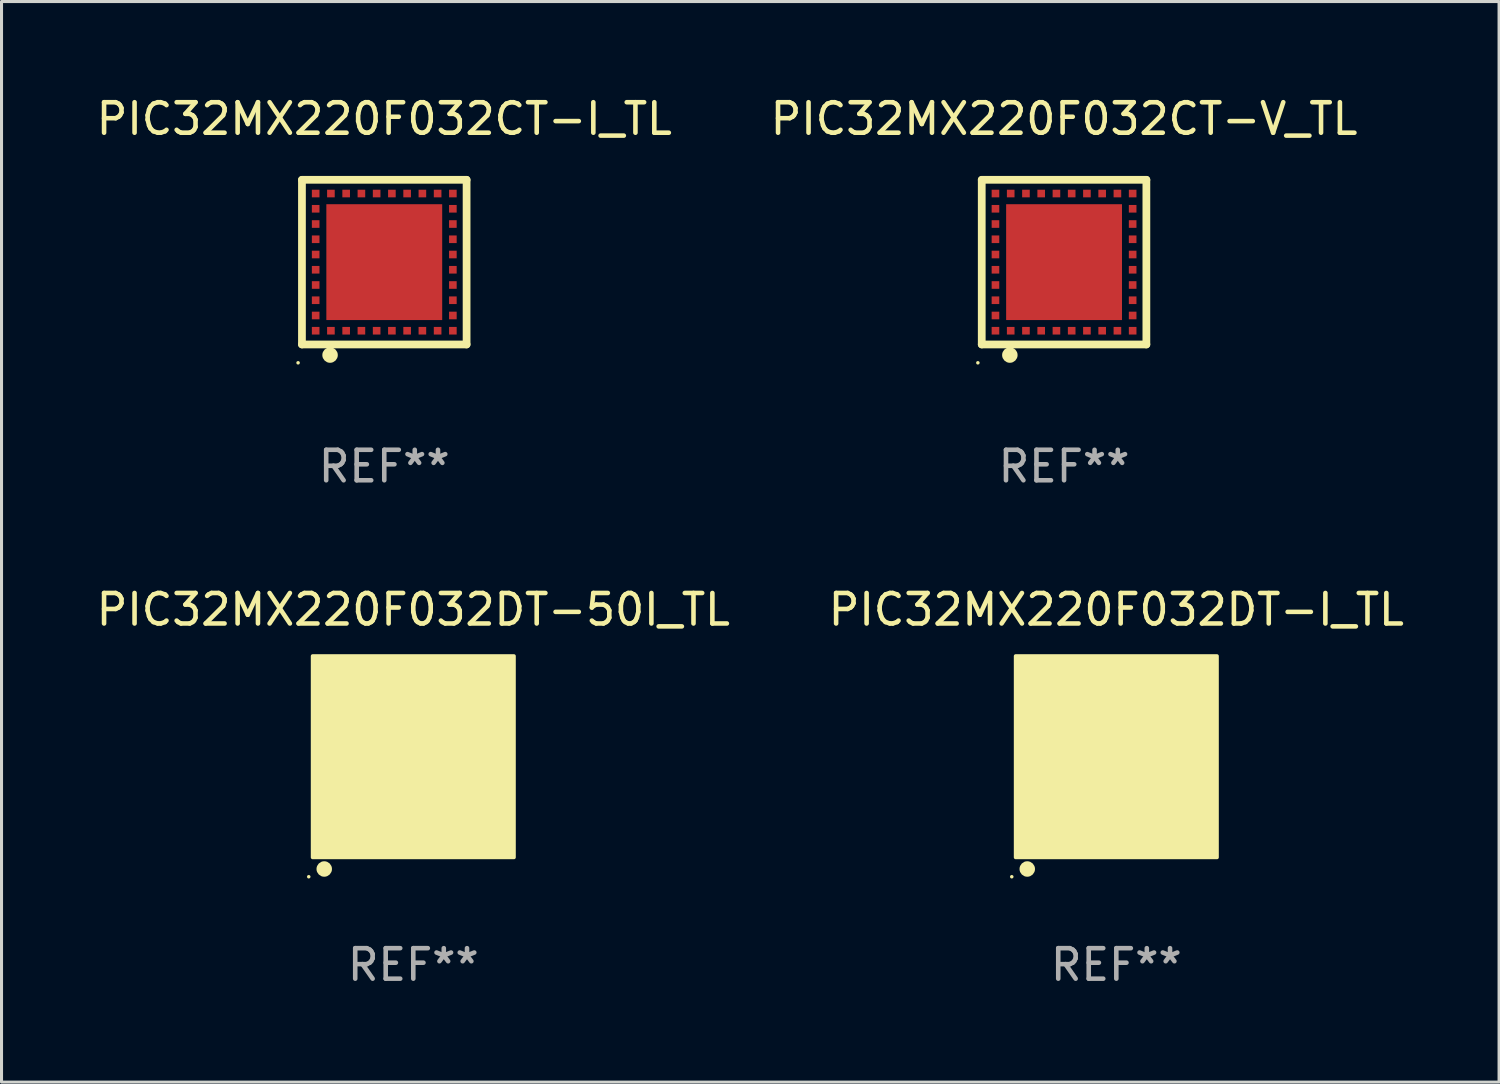
<source format=kicad_pcb>
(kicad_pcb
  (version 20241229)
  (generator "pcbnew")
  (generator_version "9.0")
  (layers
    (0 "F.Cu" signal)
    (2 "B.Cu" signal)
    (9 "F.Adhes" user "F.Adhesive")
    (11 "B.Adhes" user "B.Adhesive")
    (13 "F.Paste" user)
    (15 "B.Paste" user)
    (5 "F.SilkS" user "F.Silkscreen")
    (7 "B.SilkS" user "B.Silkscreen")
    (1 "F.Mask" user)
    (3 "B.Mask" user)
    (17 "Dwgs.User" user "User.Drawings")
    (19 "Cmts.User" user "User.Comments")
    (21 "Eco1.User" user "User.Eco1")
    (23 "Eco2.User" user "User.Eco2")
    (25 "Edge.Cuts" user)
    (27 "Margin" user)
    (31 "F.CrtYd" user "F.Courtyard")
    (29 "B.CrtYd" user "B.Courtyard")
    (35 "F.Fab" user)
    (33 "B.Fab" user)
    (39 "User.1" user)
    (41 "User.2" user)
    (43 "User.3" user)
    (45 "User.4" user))
  (footprint "PIC32MX220F032CT-V_TL"
    (layer "F.Cu")
    (at 31.851 5.548)
    (property "Reference" "PIC32MX220F032CT-V_TL" (at 0 -4.7 0) (layer "F.SilkS") (effects (font (size 1 1) (thickness 0.15))))
    (attr through_hole)
    (fp_line (start -2.7 -2.7) (end 2.7 -2.7) (stroke (width 0.254) (type solid)) (layer "F.SilkS"))
    (fp_line (start -2.7 2.7) (end -2.7 -2.7) (stroke (width 0.254) (type solid)) (layer "F.SilkS"))
    (fp_line (start 2.7 -2.7) (end 2.7 2.7) (stroke (width 0.254) (type solid)) (layer "F.SilkS"))
    (fp_line (start 2.7 2.7) (end -2.7 2.7) (stroke (width 0.254) (type solid)) (layer "F.SilkS"))
    (fp_circle (center -2.827 3.302) (end -2.797 3.302) (stroke (width 0.06) (type solid)) (fill no) (layer "F.SilkS"))
    (fp_circle (center -1.778 3.048) (end -1.651 3.048) (stroke (width 0.254) (type solid)) (fill no) (layer "F.SilkS"))
    (fp_text user "REF**" (at 0 6.7 0) (layer "F.Fab") (effects (font (size 1 1) (thickness 0.15))))
    (pad "1" smd rect (at -1.75 2.25) (size 0.25 0.25) (layers "F.Cu" "F.Mask" "F.Paste"))
    (pad "2" smd rect (at -1.25 2.25) (size 0.25 0.25) (layers "F.Cu" "F.Mask" "F.Paste"))
    (pad "3" smd rect (at -0.75 2.25) (size 0.25 0.25) (layers "F.Cu" "F.Mask" "F.Paste"))
    (pad "4" smd rect (at -0.25 2.25) (size 0.25 0.25) (layers "F.Cu" "F.Mask" "F.Paste"))
    (pad "5" smd rect (at 0.25 2.25) (size 0.25 0.25) (layers "F.Cu" "F.Mask" "F.Paste"))
    (pad "6" smd rect (at 0.75 2.25) (size 0.25 0.25) (layers "F.Cu" "F.Mask" "F.Paste"))
    (pad "7" smd rect (at 1.25 2.25) (size 0.25 0.25) (layers "F.Cu" "F.Mask" "F.Paste"))
    (pad "8" smd rect (at 1.75 2.25) (size 0.25 0.25) (layers "F.Cu" "F.Mask" "F.Paste"))
    (pad "9" smd rect (at 2.25 2.25) (size 0.25 0.25) (layers "F.Cu" "F.Mask" "F.Paste"))
    (pad "10" smd rect (at 2.25 1.75) (size 0.25 0.25) (layers "F.Cu" "F.Mask" "F.Paste"))
    (pad "11" smd rect (at 2.25 1.25) (size 0.25 0.25) (layers "F.Cu" "F.Mask" "F.Paste"))
    (pad "12" smd rect (at 2.25 0.75) (size 0.25 0.25) (layers "F.Cu" "F.Mask" "F.Paste"))
    (pad "13" smd rect (at 2.25 0.25) (size 0.25 0.25) (layers "F.Cu" "F.Mask" "F.Paste"))
    (pad "14" smd rect (at 2.25 -0.25) (size 0.25 0.25) (layers "F.Cu" "F.Mask" "F.Paste"))
    (pad "15" smd rect (at 2.25 -0.75) (size 0.25 0.25) (layers "F.Cu" "F.Mask" "F.Paste"))
    (pad "16" smd rect (at 2.25 -1.25) (size 0.25 0.25) (layers "F.Cu" "F.Mask" "F.Paste"))
    (pad "17" smd rect (at 2.25 -1.75) (size 0.25 0.25) (layers "F.Cu" "F.Mask" "F.Paste"))
    (pad "18" smd rect (at 2.25 -2.25) (size 0.25 0.25) (layers "F.Cu" "F.Mask" "F.Paste"))
    (pad "19" smd rect (at 1.75 -2.25) (size 0.25 0.25) (layers "F.Cu" "F.Mask" "F.Paste"))
    (pad "20" smd rect (at 1.25 -2.25) (size 0.25 0.25) (layers "F.Cu" "F.Mask" "F.Paste"))
    (pad "21" smd rect (at 0.75 -2.25) (size 0.25 0.25) (layers "F.Cu" "F.Mask" "F.Paste"))
    (pad "22" smd rect (at 0.25 -2.25) (size 0.25 0.25) (layers "F.Cu" "F.Mask" "F.Paste"))
    (pad "23" smd rect (at -0.25 -2.25) (size 0.25 0.25) (layers "F.Cu" "F.Mask" "F.Paste"))
    (pad "24" smd rect (at -0.75 -2.25) (size 0.25 0.25) (layers "F.Cu" "F.Mask" "F.Paste"))
    (pad "25" smd rect (at -1.25 -2.25) (size 0.25 0.25) (layers "F.Cu" "F.Mask" "F.Paste"))
    (pad "26" smd rect (at -1.75 -2.25) (size 0.25 0.25) (layers "F.Cu" "F.Mask" "F.Paste"))
    (pad "27" smd rect (at -2.25 -2.25) (size 0.25 0.25) (layers "F.Cu" "F.Mask" "F.Paste"))
    (pad "28" smd rect (at -2.25 -1.75) (size 0.25 0.25) (layers "F.Cu" "F.Mask" "F.Paste"))
    (pad "29" smd rect (at -2.25 -1.25) (size 0.25 0.25) (layers "F.Cu" "F.Mask" "F.Paste"))
    (pad "30" smd rect (at -2.25 -0.75) (size 0.25 0.25) (layers "F.Cu" "F.Mask" "F.Paste"))
    (pad "31" smd rect (at -2.25 -0.25) (size 0.25 0.25) (layers "F.Cu" "F.Mask" "F.Paste"))
    (pad "32" smd rect (at -2.25 0.25) (size 0.25 0.25) (layers "F.Cu" "F.Mask" "F.Paste"))
    (pad "33" smd rect (at -2.25 0.75) (size 0.25 0.25) (layers "F.Cu" "F.Mask" "F.Paste"))
    (pad "34" smd rect (at -2.25 1.25) (size 0.25 0.25) (layers "F.Cu" "F.Mask" "F.Paste"))
    (pad "35" smd rect (at -2.25 1.75) (size 0.25 0.25) (layers "F.Cu" "F.Mask" "F.Paste"))
    (pad "36" smd rect (at -2.25 2.25) (size 0.25 0.25) (layers "F.Cu" "F.Mask" "F.Paste"))
    (pad "37" smd rect (at 0.000127 -0.000076) (size 3.8 3.8) (layers "F.Cu" "F.Mask" "F.Paste")))
  (footprint "PIC32MX220F032DT-I_TL"
    (layer "F.Cu")
    (at 33.565 21.77)
    (property "Reference" "PIC32MX220F032DT-I_TL" (at 0 -4.825 0) (layer "F.SilkS") (effects (font (size 1 1) (thickness 0.15))))
    (attr through_hole)
    (fp_circle (center -3.429 3.937) (end -3.399 3.937) (stroke (width 0.06) (type solid)) (fill no) (layer "F.SilkS"))
    (fp_circle (center -2.921 3.683) (end -2.794 3.683) (stroke (width 0.254) (type solid)) (fill no) (layer "F.SilkS"))
    (fp_poly (pts (xy -3.302 -3.302) (xy 3.302 -3.302) (xy 3.302 3.302) (xy -3.302 3.302)) (stroke (width 0.12) (type solid)) (fill yes) (layer "F.SilkS"))
    (fp_text user "REF**" (at 0 6.825 0) (layer "F.Fab") (effects (font (size 1 1) (thickness 0.15))))
    (pad "1" smd rect (at -2.25 2.825) (size 0.3 0.45) (layers "F.Cu" "F.Mask" "F.Paste"))
    (pad "2" smd rect (at -1.75 2.825) (size 0.3 0.45) (layers "F.Cu" "F.Mask" "F.Paste"))
    (pad "3" smd rect (at -1.25 2.825) (size 0.3 0.45) (layers "F.Cu" "F.Mask" "F.Paste"))
    (pad "4" smd rect (at -0.75 2.825) (size 0.3 0.45) (layers "F.Cu" "F.Mask" "F.Paste"))
    (pad "5" smd rect (at -0.25 2.825) (size 0.3 0.45) (layers "F.Cu" "F.Mask" "F.Paste"))
    (pad "6" smd rect (at 0.25 2.825) (size 0.3 0.45) (layers "F.Cu" "F.Mask" "F.Paste"))
    (pad "7" smd rect (at 0.75 2.825) (size 0.3 0.45) (layers "F.Cu" "F.Mask" "F.Paste"))
    (pad "8" smd rect (at 1.25 2.825) (size 0.3 0.45) (layers "F.Cu" "F.Mask" "F.Paste"))
    (pad "9" smd rect (at 1.75 2.825) (size 0.3 0.45) (layers "F.Cu" "F.Mask" "F.Paste"))
    (pad "10" smd rect (at 2.25 2.825) (size 0.3 0.45) (layers "F.Cu" "F.Mask" "F.Paste"))
    (pad "11" smd rect (at 2.825 2.825 90) (size 0.45 0.45) (layers "F.Cu" "F.Mask" "F.Paste"))
    (pad "12" smd rect (at 2.825 2.25 90) (size 0.3 0.45) (layers "F.Cu" "F.Mask" "F.Paste"))
    (pad "13" smd rect (at 2.825 1.75 90) (size 0.3 0.45) (layers "F.Cu" "F.Mask" "F.Paste"))
    (pad "14" smd rect (at 2.825 1.25 90) (size 0.3 0.45) (layers "F.Cu" "F.Mask" "F.Paste"))
    (pad "15" smd rect (at 2.825 0.75 90) (size 0.3 0.45) (layers "F.Cu" "F.Mask" "F.Paste"))
    (pad "16" smd rect (at 2.825 0.25 90) (size 0.3 0.45) (layers "F.Cu" "F.Mask" "F.Paste"))
    (pad "17" smd rect (at 2.825 -0.25 90) (size 0.3 0.45) (layers "F.Cu" "F.Mask" "F.Paste"))
    (pad "18" smd rect (at 2.825 -0.75 90) (size 0.3 0.45) (layers "F.Cu" "F.Mask" "F.Paste"))
    (pad "19" smd rect (at 2.825 -1.25 90) (size 0.3 0.45) (layers "F.Cu" "F.Mask" "F.Paste"))
    (pad "20" smd rect (at 2.825 -1.75 90) (size 0.3 0.45) (layers "F.Cu" "F.Mask" "F.Paste"))
    (pad "21" smd rect (at 2.825 -2.25 90) (size 0.3 0.45) (layers "F.Cu" "F.Mask" "F.Paste"))
    (pad "22" smd rect (at 2.825 -2.825 90) (size 0.45 0.45) (layers "F.Cu" "F.Mask" "F.Paste"))
    (pad "23" smd rect (at 2.25 -2.825) (size 0.3 0.45) (layers "F.Cu" "F.Mask" "F.Paste"))
    (pad "24" smd rect (at 1.75 -2.825) (size 0.3 0.45) (layers "F.Cu" "F.Mask" "F.Paste"))
    (pad "25" smd rect (at 1.25 -2.825) (size 0.3 0.45) (layers "F.Cu" "F.Mask" "F.Paste"))
    (pad "26" smd rect (at 0.75 -2.825) (size 0.3 0.45) (layers "F.Cu" "F.Mask" "F.Paste"))
    (pad "27" smd rect (at 0.25 -2.825) (size 0.3 0.45) (layers "F.Cu" "F.Mask" "F.Paste"))
    (pad "28" smd rect (at -0.25 -2.825) (size 0.3 0.45) (layers "F.Cu" "F.Mask" "F.Paste"))
    (pad "29" smd rect (at -0.75 -2.825) (size 0.3 0.45) (layers "F.Cu" "F.Mask" "F.Paste"))
    (pad "30" smd rect (at -1.25 -2.825) (size 0.3 0.45) (layers "F.Cu" "F.Mask" "F.Paste"))
    (pad "31" smd rect (at -1.75 -2.825) (size 0.3 0.45) (layers "F.Cu" "F.Mask" "F.Paste"))
    (pad "32" smd rect (at -2.25 -2.825) (size 0.3 0.45) (layers "F.Cu" "F.Mask" "F.Paste"))
    (pad "33" smd rect (at -2.825 -2.825 90) (size 0.45 0.45) (layers "F.Cu" "F.Mask" "F.Paste"))
    (pad "34" smd rect (at -2.825 -2.25 90) (size 0.3 0.45) (layers "F.Cu" "F.Mask" "F.Paste"))
    (pad "35" smd rect (at -2.825 -1.75 90) (size 0.3 0.45) (layers "F.Cu" "F.Mask" "F.Paste"))
    (pad "36" smd rect (at -2.825 -1.25 90) (size 0.3 0.45) (layers "F.Cu" "F.Mask" "F.Paste"))
    (pad "37" smd rect (at -2.825 -0.75 90) (size 0.3 0.45) (layers "F.Cu" "F.Mask" "F.Paste"))
    (pad "38" smd rect (at -2.825 -0.25 90) (size 0.3 0.45) (layers "F.Cu" "F.Mask" "F.Paste"))
    (pad "39" smd rect (at -2.825 0.25 90) (size 0.3 0.45) (layers "F.Cu" "F.Mask" "F.Paste"))
    (pad "40" smd rect (at -2.825 0.75 90) (size 0.3 0.45) (layers "F.Cu" "F.Mask" "F.Paste"))
    (pad "41" smd rect (at -2.825 1.25 90) (size 0.3 0.45) (layers "F.Cu" "F.Mask" "F.Paste"))
    (pad "42" smd rect (at -2.825 1.75 90) (size 0.3 0.45) (layers "F.Cu" "F.Mask" "F.Paste"))
    (pad "43" smd rect (at -2.825 2.25 90) (size 0.3 0.45) (layers "F.Cu" "F.Mask" "F.Paste"))
    (pad "44" smd rect (at -2.825 2.825 90) (size 0.45 0.45) (layers "F.Cu" "F.Mask" "F.Paste"))
    (pad "45" smd rect (at 0 0 90) (size 4.6 4.6) (layers "F.Cu" "F.Mask" "F.Paste")))
  (footprint "PIC32MX220F032DT-50I_TL"
    (layer "F.Cu")
    (at 10.506 21.77)
    (property "Reference" "PIC32MX220F032DT-50I_TL" (at 0 -4.825 0) (layer "F.SilkS") (effects (font (size 1 1) (thickness 0.15))))
    (attr through_hole)
    (fp_circle (center -3.429 3.937) (end -3.399 3.937) (stroke (width 0.06) (type solid)) (fill no) (layer "F.SilkS"))
    (fp_circle (center -2.921 3.683) (end -2.794 3.683) (stroke (width 0.254) (type solid)) (fill no) (layer "F.SilkS"))
    (fp_poly (pts (xy -3.302 -3.302) (xy 3.302 -3.302) (xy 3.302 3.302) (xy -3.302 3.302)) (stroke (width 0.12) (type solid)) (fill yes) (layer "F.SilkS"))
    (fp_text user "REF**" (at 0 6.825 0) (layer "F.Fab") (effects (font (size 1 1) (thickness 0.15))))
    (pad "1" smd rect (at -2.25 2.825) (size 0.3 0.45) (layers "F.Cu" "F.Mask" "F.Paste"))
    (pad "2" smd rect (at -1.75 2.825) (size 0.3 0.45) (layers "F.Cu" "F.Mask" "F.Paste"))
    (pad "3" smd rect (at -1.25 2.825) (size 0.3 0.45) (layers "F.Cu" "F.Mask" "F.Paste"))
    (pad "4" smd rect (at -0.75 2.825) (size 0.3 0.45) (layers "F.Cu" "F.Mask" "F.Paste"))
    (pad "5" smd rect (at -0.25 2.825) (size 0.3 0.45) (layers "F.Cu" "F.Mask" "F.Paste"))
    (pad "6" smd rect (at 0.25 2.825) (size 0.3 0.45) (layers "F.Cu" "F.Mask" "F.Paste"))
    (pad "7" smd rect (at 0.75 2.825) (size 0.3 0.45) (layers "F.Cu" "F.Mask" "F.Paste"))
    (pad "8" smd rect (at 1.25 2.825) (size 0.3 0.45) (layers "F.Cu" "F.Mask" "F.Paste"))
    (pad "9" smd rect (at 1.75 2.825) (size 0.3 0.45) (layers "F.Cu" "F.Mask" "F.Paste"))
    (pad "10" smd rect (at 2.25 2.825) (size 0.3 0.45) (layers "F.Cu" "F.Mask" "F.Paste"))
    (pad "11" smd rect (at 2.825 2.825 90) (size 0.45 0.45) (layers "F.Cu" "F.Mask" "F.Paste"))
    (pad "12" smd rect (at 2.825 2.25 90) (size 0.3 0.45) (layers "F.Cu" "F.Mask" "F.Paste"))
    (pad "13" smd rect (at 2.825 1.75 90) (size 0.3 0.45) (layers "F.Cu" "F.Mask" "F.Paste"))
    (pad "14" smd rect (at 2.825 1.25 90) (size 0.3 0.45) (layers "F.Cu" "F.Mask" "F.Paste"))
    (pad "15" smd rect (at 2.825 0.75 90) (size 0.3 0.45) (layers "F.Cu" "F.Mask" "F.Paste"))
    (pad "16" smd rect (at 2.825 0.25 90) (size 0.3 0.45) (layers "F.Cu" "F.Mask" "F.Paste"))
    (pad "17" smd rect (at 2.825 -0.25 90) (size 0.3 0.45) (layers "F.Cu" "F.Mask" "F.Paste"))
    (pad "18" smd rect (at 2.825 -0.75 90) (size 0.3 0.45) (layers "F.Cu" "F.Mask" "F.Paste"))
    (pad "19" smd rect (at 2.825 -1.25 90) (size 0.3 0.45) (layers "F.Cu" "F.Mask" "F.Paste"))
    (pad "20" smd rect (at 2.825 -1.75 90) (size 0.3 0.45) (layers "F.Cu" "F.Mask" "F.Paste"))
    (pad "21" smd rect (at 2.825 -2.25 90) (size 0.3 0.45) (layers "F.Cu" "F.Mask" "F.Paste"))
    (pad "22" smd rect (at 2.825 -2.825 90) (size 0.45 0.45) (layers "F.Cu" "F.Mask" "F.Paste"))
    (pad "23" smd rect (at 2.25 -2.825) (size 0.3 0.45) (layers "F.Cu" "F.Mask" "F.Paste"))
    (pad "24" smd rect (at 1.75 -2.825) (size 0.3 0.45) (layers "F.Cu" "F.Mask" "F.Paste"))
    (pad "25" smd rect (at 1.25 -2.825) (size 0.3 0.45) (layers "F.Cu" "F.Mask" "F.Paste"))
    (pad "26" smd rect (at 0.75 -2.825) (size 0.3 0.45) (layers "F.Cu" "F.Mask" "F.Paste"))
    (pad "27" smd rect (at 0.25 -2.825) (size 0.3 0.45) (layers "F.Cu" "F.Mask" "F.Paste"))
    (pad "28" smd rect (at -0.25 -2.825) (size 0.3 0.45) (layers "F.Cu" "F.Mask" "F.Paste"))
    (pad "29" smd rect (at -0.75 -2.825) (size 0.3 0.45) (layers "F.Cu" "F.Mask" "F.Paste"))
    (pad "30" smd rect (at -1.25 -2.825) (size 0.3 0.45) (layers "F.Cu" "F.Mask" "F.Paste"))
    (pad "31" smd rect (at -1.75 -2.825) (size 0.3 0.45) (layers "F.Cu" "F.Mask" "F.Paste"))
    (pad "32" smd rect (at -2.25 -2.825) (size 0.3 0.45) (layers "F.Cu" "F.Mask" "F.Paste"))
    (pad "33" smd rect (at -2.825 -2.825 90) (size 0.45 0.45) (layers "F.Cu" "F.Mask" "F.Paste"))
    (pad "34" smd rect (at -2.825 -2.25 90) (size 0.3 0.45) (layers "F.Cu" "F.Mask" "F.Paste"))
    (pad "35" smd rect (at -2.825 -1.75 90) (size 0.3 0.45) (layers "F.Cu" "F.Mask" "F.Paste"))
    (pad "36" smd rect (at -2.825 -1.25 90) (size 0.3 0.45) (layers "F.Cu" "F.Mask" "F.Paste"))
    (pad "37" smd rect (at -2.825 -0.75 90) (size 0.3 0.45) (layers "F.Cu" "F.Mask" "F.Paste"))
    (pad "38" smd rect (at -2.825 -0.25 90) (size 0.3 0.45) (layers "F.Cu" "F.Mask" "F.Paste"))
    (pad "39" smd rect (at -2.825 0.25 90) (size 0.3 0.45) (layers "F.Cu" "F.Mask" "F.Paste"))
    (pad "40" smd rect (at -2.825 0.75 90) (size 0.3 0.45) (layers "F.Cu" "F.Mask" "F.Paste"))
    (pad "41" smd rect (at -2.825 1.25 90) (size 0.3 0.45) (layers "F.Cu" "F.Mask" "F.Paste"))
    (pad "42" smd rect (at -2.825 1.75 90) (size 0.3 0.45) (layers "F.Cu" "F.Mask" "F.Paste"))
    (pad "43" smd rect (at -2.825 2.25 90) (size 0.3 0.45) (layers "F.Cu" "F.Mask" "F.Paste"))
    (pad "44" smd rect (at -2.825 2.825 90) (size 0.45 0.45) (layers "F.Cu" "F.Mask" "F.Paste"))
    (pad "45" smd rect (at 0 0 90) (size 4.6 4.6) (layers "F.Cu" "F.Mask" "F.Paste")))
  (footprint "PIC32MX220F032CT-I_TL"
    (layer "F.Cu")
    (at 9.554 5.548)
    (property "Reference" "PIC32MX220F032CT-I_TL" (at 0 -4.7 0) (layer "F.SilkS") (effects (font (size 1 1) (thickness 0.15))))
    (attr through_hole)
    (fp_line (start -2.7 -2.7) (end 2.7 -2.7) (stroke (width 0.254) (type solid)) (layer "F.SilkS"))
    (fp_line (start -2.7 2.7) (end -2.7 -2.7) (stroke (width 0.254) (type solid)) (layer "F.SilkS"))
    (fp_line (start 2.7 -2.7) (end 2.7 2.7) (stroke (width 0.254) (type solid)) (layer "F.SilkS"))
    (fp_line (start 2.7 2.7) (end -2.7 2.7) (stroke (width 0.254) (type solid)) (layer "F.SilkS"))
    (fp_circle (center -2.827 3.302) (end -2.797 3.302) (stroke (width 0.06) (type solid)) (fill no) (layer "F.SilkS"))
    (fp_circle (center -1.778 3.048) (end -1.651 3.048) (stroke (width 0.254) (type solid)) (fill no) (layer "F.SilkS"))
    (fp_text user "REF**" (at 0 6.7 0) (layer "F.Fab") (effects (font (size 1 1) (thickness 0.15))))
    (pad "1" smd rect (at -1.75 2.25) (size 0.25 0.25) (layers "F.Cu" "F.Mask" "F.Paste"))
    (pad "2" smd rect (at -1.25 2.25) (size 0.25 0.25) (layers "F.Cu" "F.Mask" "F.Paste"))
    (pad "3" smd rect (at -0.75 2.25) (size 0.25 0.25) (layers "F.Cu" "F.Mask" "F.Paste"))
    (pad "4" smd rect (at -0.25 2.25) (size 0.25 0.25) (layers "F.Cu" "F.Mask" "F.Paste"))
    (pad "5" smd rect (at 0.25 2.25) (size 0.25 0.25) (layers "F.Cu" "F.Mask" "F.Paste"))
    (pad "6" smd rect (at 0.75 2.25) (size 0.25 0.25) (layers "F.Cu" "F.Mask" "F.Paste"))
    (pad "7" smd rect (at 1.25 2.25) (size 0.25 0.25) (layers "F.Cu" "F.Mask" "F.Paste"))
    (pad "8" smd rect (at 1.75 2.25) (size 0.25 0.25) (layers "F.Cu" "F.Mask" "F.Paste"))
    (pad "9" smd rect (at 2.25 2.25) (size 0.25 0.25) (layers "F.Cu" "F.Mask" "F.Paste"))
    (pad "10" smd rect (at 2.25 1.75) (size 0.25 0.25) (layers "F.Cu" "F.Mask" "F.Paste"))
    (pad "11" smd rect (at 2.25 1.25) (size 0.25 0.25) (layers "F.Cu" "F.Mask" "F.Paste"))
    (pad "12" smd rect (at 2.25 0.75) (size 0.25 0.25) (layers "F.Cu" "F.Mask" "F.Paste"))
    (pad "13" smd rect (at 2.25 0.25) (size 0.25 0.25) (layers "F.Cu" "F.Mask" "F.Paste"))
    (pad "14" smd rect (at 2.25 -0.25) (size 0.25 0.25) (layers "F.Cu" "F.Mask" "F.Paste"))
    (pad "15" smd rect (at 2.25 -0.75) (size 0.25 0.25) (layers "F.Cu" "F.Mask" "F.Paste"))
    (pad "16" smd rect (at 2.25 -1.25) (size 0.25 0.25) (layers "F.Cu" "F.Mask" "F.Paste"))
    (pad "17" smd rect (at 2.25 -1.75) (size 0.25 0.25) (layers "F.Cu" "F.Mask" "F.Paste"))
    (pad "18" smd rect (at 2.25 -2.25) (size 0.25 0.25) (layers "F.Cu" "F.Mask" "F.Paste"))
    (pad "19" smd rect (at 1.75 -2.25) (size 0.25 0.25) (layers "F.Cu" "F.Mask" "F.Paste"))
    (pad "20" smd rect (at 1.25 -2.25) (size 0.25 0.25) (layers "F.Cu" "F.Mask" "F.Paste"))
    (pad "21" smd rect (at 0.75 -2.25) (size 0.25 0.25) (layers "F.Cu" "F.Mask" "F.Paste"))
    (pad "22" smd rect (at 0.25 -2.25) (size 0.25 0.25) (layers "F.Cu" "F.Mask" "F.Paste"))
    (pad "23" smd rect (at -0.25 -2.25) (size 0.25 0.25) (layers "F.Cu" "F.Mask" "F.Paste"))
    (pad "24" smd rect (at -0.75 -2.25) (size 0.25 0.25) (layers "F.Cu" "F.Mask" "F.Paste"))
    (pad "25" smd rect (at -1.25 -2.25) (size 0.25 0.25) (layers "F.Cu" "F.Mask" "F.Paste"))
    (pad "26" smd rect (at -1.75 -2.25) (size 0.25 0.25) (layers "F.Cu" "F.Mask" "F.Paste"))
    (pad "27" smd rect (at -2.25 -2.25) (size 0.25 0.25) (layers "F.Cu" "F.Mask" "F.Paste"))
    (pad "28" smd rect (at -2.25 -1.75) (size 0.25 0.25) (layers "F.Cu" "F.Mask" "F.Paste"))
    (pad "29" smd rect (at -2.25 -1.25) (size 0.25 0.25) (layers "F.Cu" "F.Mask" "F.Paste"))
    (pad "30" smd rect (at -2.25 -0.75) (size 0.25 0.25) (layers "F.Cu" "F.Mask" "F.Paste"))
    (pad "31" smd rect (at -2.25 -0.25) (size 0.25 0.25) (layers "F.Cu" "F.Mask" "F.Paste"))
    (pad "32" smd rect (at -2.25 0.25) (size 0.25 0.25) (layers "F.Cu" "F.Mask" "F.Paste"))
    (pad "33" smd rect (at -2.25 0.75) (size 0.25 0.25) (layers "F.Cu" "F.Mask" "F.Paste"))
    (pad "34" smd rect (at -2.25 1.25) (size 0.25 0.25) (layers "F.Cu" "F.Mask" "F.Paste"))
    (pad "35" smd rect (at -2.25 1.75) (size 0.25 0.25) (layers "F.Cu" "F.Mask" "F.Paste"))
    (pad "36" smd rect (at -2.25 2.25) (size 0.25 0.25) (layers "F.Cu" "F.Mask" "F.Paste"))
    (pad "37" smd rect (at 0.000127 -0.000076) (size 3.8 3.8) (layers "F.Cu" "F.Mask" "F.Paste")))
  (gr_rect
    (start -3 -3)
    (end 46.119 32.443)
    (stroke (width 0.1) (type default))
    (fill no)
    (layer "Edge.Cuts")))
</source>
